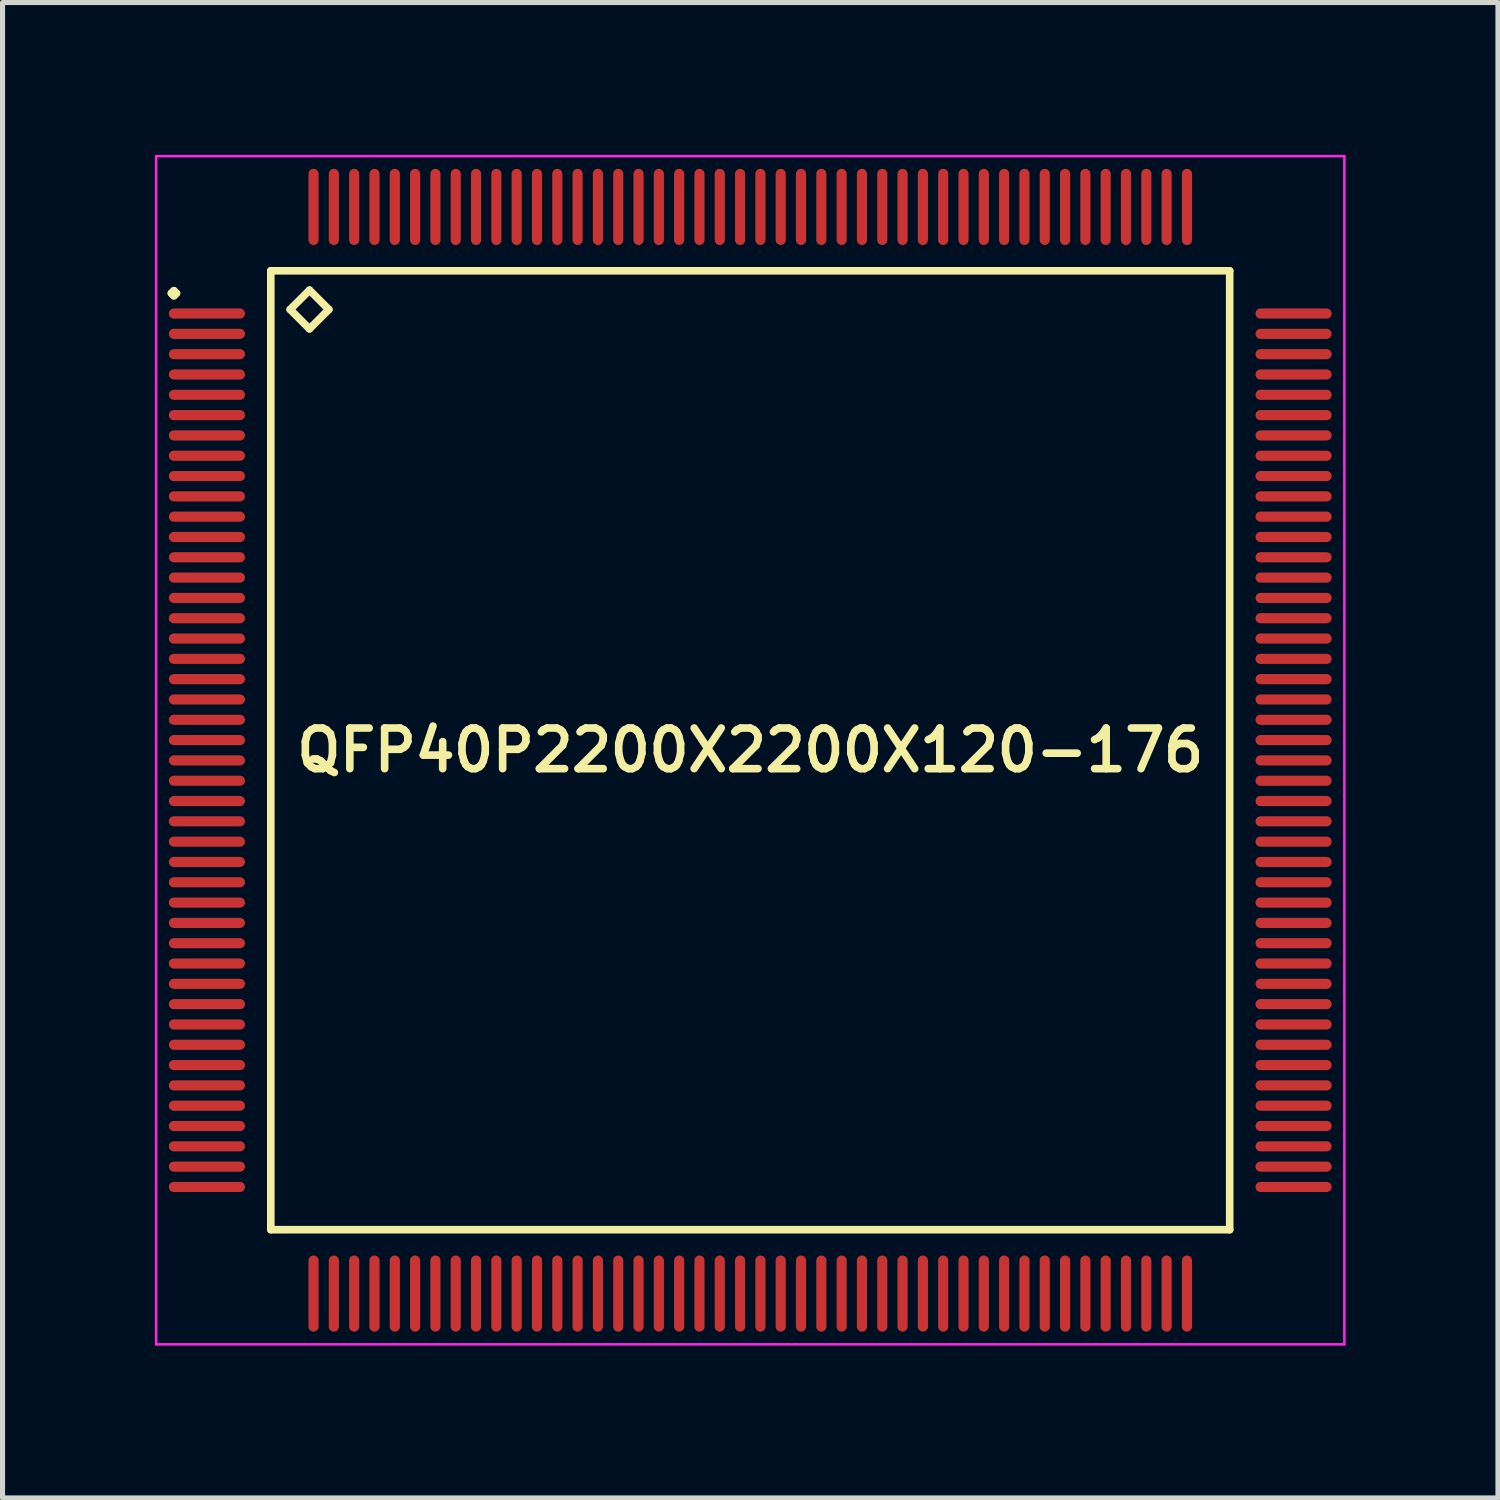
<source format=kicad_pcb>
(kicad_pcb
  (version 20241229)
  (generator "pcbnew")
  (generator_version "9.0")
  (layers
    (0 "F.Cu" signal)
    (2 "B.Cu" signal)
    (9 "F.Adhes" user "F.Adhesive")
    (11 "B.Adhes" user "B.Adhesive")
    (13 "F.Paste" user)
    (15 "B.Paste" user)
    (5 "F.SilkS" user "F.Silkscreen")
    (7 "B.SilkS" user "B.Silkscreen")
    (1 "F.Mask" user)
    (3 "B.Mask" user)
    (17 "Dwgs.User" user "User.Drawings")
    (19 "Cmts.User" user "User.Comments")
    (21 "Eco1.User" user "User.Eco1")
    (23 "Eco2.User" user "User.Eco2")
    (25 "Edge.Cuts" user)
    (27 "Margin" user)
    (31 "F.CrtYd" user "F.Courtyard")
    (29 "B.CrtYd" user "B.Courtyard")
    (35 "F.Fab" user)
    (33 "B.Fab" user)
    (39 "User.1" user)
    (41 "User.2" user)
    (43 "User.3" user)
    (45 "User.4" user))
  (footprint "QFP40P2200X2200X120-176"
    (layer "F.Cu")
    (at 11.725 11.725)
    (property "Reference" "QFP40P2200X2200X120-176" (at 0 0 0) (layer "F.SilkS") (effects (font (size 0.8 0.8) (thickness 0.15))))
    (attr smd)
    (fp_line (start -11.4 -9) (end -11.35 -9.05) (stroke (width 0.15) (type solid)) (layer "F.SilkS"))
    (fp_line (start -11.35 -9.05) (end -11.3 -9) (stroke (width 0.15) (type solid)) (layer "F.SilkS"))
    (fp_line (start -11.35 -8.95) (end -11.4 -9) (stroke (width 0.15) (type solid)) (layer "F.SilkS"))
    (fp_line (start -11.3 -9) (end -11.35 -8.95) (stroke (width 0.15) (type solid)) (layer "F.SilkS"))
    (fp_line (start -9.442 -9.442) (end -9.442 9.442) (stroke (width 0.15) (type solid)) (layer "F.SilkS"))
    (fp_line (start -9.442 9.442) (end 9.442 9.442) (stroke (width 0.15) (type solid)) (layer "F.SilkS"))
    (fp_line (start -9.061 -8.68) (end -8.68 -9.061) (stroke (width 0.15) (type solid)) (layer "F.SilkS"))
    (fp_line (start -8.68 -9.061) (end -8.299 -8.68) (stroke (width 0.15) (type solid)) (layer "F.SilkS"))
    (fp_line (start -8.68 -8.299) (end -9.061 -8.68) (stroke (width 0.15) (type solid)) (layer "F.SilkS"))
    (fp_line (start -8.299 -8.68) (end -8.68 -8.299) (stroke (width 0.15) (type solid)) (layer "F.SilkS"))
    (fp_line (start 9.442 -9.442) (end -9.442 -9.442) (stroke (width 0.15) (type solid)) (layer "F.SilkS"))
    (fp_line (start 9.442 9.442) (end 9.442 -9.442) (stroke (width 0.15) (type solid)) (layer "F.SilkS"))
    (fp_line (start -11.7 -11.7) (end 11.7 -11.7) (stroke (width 0.05) (type solid)) (layer "F.CrtYd"))
    (fp_line (start -11.7 11.7) (end -11.7 -11.7) (stroke (width 0.05) (type solid)) (layer "F.CrtYd"))
    (fp_line (start 11.7 -11.7) (end 11.7 11.7) (stroke (width 0.05) (type solid)) (layer "F.CrtYd"))
    (fp_line (start 11.7 11.7) (end -11.7 11.7) (stroke (width 0.05) (type solid)) (layer "F.CrtYd"))
    (pad "1" smd oval (at -10.7 -8.6) (size 1.5 0.2) (layers "F.Cu" "F.Mask" "F.Paste"))
    (pad "2" smd oval (at -10.7 -8.2) (size 1.5 0.2) (layers "F.Cu" "F.Mask" "F.Paste"))
    (pad "3" smd oval (at -10.7 -7.8) (size 1.5 0.2) (layers "F.Cu" "F.Mask" "F.Paste"))
    (pad "4" smd oval (at -10.7 -7.4) (size 1.5 0.2) (layers "F.Cu" "F.Mask" "F.Paste"))
    (pad "5" smd oval (at -10.7 -7) (size 1.5 0.2) (layers "F.Cu" "F.Mask" "F.Paste"))
    (pad "6" smd oval (at -10.7 -6.6) (size 1.5 0.2) (layers "F.Cu" "F.Mask" "F.Paste"))
    (pad "7" smd oval (at -10.7 -6.2) (size 1.5 0.2) (layers "F.Cu" "F.Mask" "F.Paste"))
    (pad "8" smd oval (at -10.7 -5.8) (size 1.5 0.2) (layers "F.Cu" "F.Mask" "F.Paste"))
    (pad "9" smd oval (at -10.7 -5.4) (size 1.5 0.2) (layers "F.Cu" "F.Mask" "F.Paste"))
    (pad "10" smd oval (at -10.7 -5) (size 1.5 0.2) (layers "F.Cu" "F.Mask" "F.Paste"))
    (pad "11" smd oval (at -10.7 -4.6) (size 1.5 0.2) (layers "F.Cu" "F.Mask" "F.Paste"))
    (pad "12" smd oval (at -10.7 -4.2) (size 1.5 0.2) (layers "F.Cu" "F.Mask" "F.Paste"))
    (pad "13" smd oval (at -10.7 -3.8) (size 1.5 0.2) (layers "F.Cu" "F.Mask" "F.Paste"))
    (pad "14" smd oval (at -10.7 -3.4) (size 1.5 0.2) (layers "F.Cu" "F.Mask" "F.Paste"))
    (pad "15" smd oval (at -10.7 -3) (size 1.5 0.2) (layers "F.Cu" "F.Mask" "F.Paste"))
    (pad "16" smd oval (at -10.7 -2.6) (size 1.5 0.2) (layers "F.Cu" "F.Mask" "F.Paste"))
    (pad "17" smd oval (at -10.7 -2.2) (size 1.5 0.2) (layers "F.Cu" "F.Mask" "F.Paste"))
    (pad "18" smd oval (at -10.7 -1.8) (size 1.5 0.2) (layers "F.Cu" "F.Mask" "F.Paste"))
    (pad "19" smd oval (at -10.7 -1.4) (size 1.5 0.2) (layers "F.Cu" "F.Mask" "F.Paste"))
    (pad "20" smd oval (at -10.7 -1) (size 1.5 0.2) (layers "F.Cu" "F.Mask" "F.Paste"))
    (pad "21" smd oval (at -10.7 -0.6) (size 1.5 0.2) (layers "F.Cu" "F.Mask" "F.Paste"))
    (pad "22" smd oval (at -10.7 -0.2) (size 1.5 0.2) (layers "F.Cu" "F.Mask" "F.Paste"))
    (pad "23" smd oval (at -10.7 0.2) (size 1.5 0.2) (layers "F.Cu" "F.Mask" "F.Paste"))
    (pad "24" smd oval (at -10.7 0.6) (size 1.5 0.2) (layers "F.Cu" "F.Mask" "F.Paste"))
    (pad "25" smd oval (at -10.7 1) (size 1.5 0.2) (layers "F.Cu" "F.Mask" "F.Paste"))
    (pad "26" smd oval (at -10.7 1.4) (size 1.5 0.2) (layers "F.Cu" "F.Mask" "F.Paste"))
    (pad "27" smd oval (at -10.7 1.8) (size 1.5 0.2) (layers "F.Cu" "F.Mask" "F.Paste"))
    (pad "28" smd oval (at -10.7 2.2) (size 1.5 0.2) (layers "F.Cu" "F.Mask" "F.Paste"))
    (pad "29" smd oval (at -10.7 2.6) (size 1.5 0.2) (layers "F.Cu" "F.Mask" "F.Paste"))
    (pad "30" smd oval (at -10.7 3) (size 1.5 0.2) (layers "F.Cu" "F.Mask" "F.Paste"))
    (pad "31" smd oval (at -10.7 3.4) (size 1.5 0.2) (layers "F.Cu" "F.Mask" "F.Paste"))
    (pad "32" smd oval (at -10.7 3.8) (size 1.5 0.2) (layers "F.Cu" "F.Mask" "F.Paste"))
    (pad "33" smd oval (at -10.7 4.2) (size 1.5 0.2) (layers "F.Cu" "F.Mask" "F.Paste"))
    (pad "34" smd oval (at -10.7 4.6) (size 1.5 0.2) (layers "F.Cu" "F.Mask" "F.Paste"))
    (pad "35" smd oval (at -10.7 5) (size 1.5 0.2) (layers "F.Cu" "F.Mask" "F.Paste"))
    (pad "36" smd oval (at -10.7 5.4) (size 1.5 0.2) (layers "F.Cu" "F.Mask" "F.Paste"))
    (pad "37" smd oval (at -10.7 5.8) (size 1.5 0.2) (layers "F.Cu" "F.Mask" "F.Paste"))
    (pad "38" smd oval (at -10.7 6.2) (size 1.5 0.2) (layers "F.Cu" "F.Mask" "F.Paste"))
    (pad "39" smd oval (at -10.7 6.6) (size 1.5 0.2) (layers "F.Cu" "F.Mask" "F.Paste"))
    (pad "40" smd oval (at -10.7 7) (size 1.5 0.2) (layers "F.Cu" "F.Mask" "F.Paste"))
    (pad "41" smd oval (at -10.7 7.4) (size 1.5 0.2) (layers "F.Cu" "F.Mask" "F.Paste"))
    (pad "42" smd oval (at -10.7 7.8) (size 1.5 0.2) (layers "F.Cu" "F.Mask" "F.Paste"))
    (pad "43" smd oval (at -10.7 8.2) (size 1.5 0.2) (layers "F.Cu" "F.Mask" "F.Paste"))
    (pad "44" smd oval (at -10.7 8.6) (size 1.5 0.2) (layers "F.Cu" "F.Mask" "F.Paste"))
    (pad "45" smd oval (at -8.6 10.7) (size 0.2 1.5) (layers "F.Cu" "F.Mask" "F.Paste"))
    (pad "46" smd oval (at -8.2 10.7) (size 0.2 1.5) (layers "F.Cu" "F.Mask" "F.Paste"))
    (pad "47" smd oval (at -7.8 10.7) (size 0.2 1.5) (layers "F.Cu" "F.Mask" "F.Paste"))
    (pad "48" smd oval (at -7.4 10.7) (size 0.2 1.5) (layers "F.Cu" "F.Mask" "F.Paste"))
    (pad "49" smd oval (at -7 10.7) (size 0.2 1.5) (layers "F.Cu" "F.Mask" "F.Paste"))
    (pad "50" smd oval (at -6.6 10.7) (size 0.2 1.5) (layers "F.Cu" "F.Mask" "F.Paste"))
    (pad "51" smd oval (at -6.2 10.7) (size 0.2 1.5) (layers "F.Cu" "F.Mask" "F.Paste"))
    (pad "52" smd oval (at -5.8 10.7) (size 0.2 1.5) (layers "F.Cu" "F.Mask" "F.Paste"))
    (pad "53" smd oval (at -5.4 10.7) (size 0.2 1.5) (layers "F.Cu" "F.Mask" "F.Paste"))
    (pad "54" smd oval (at -5 10.7) (size 0.2 1.5) (layers "F.Cu" "F.Mask" "F.Paste"))
    (pad "55" smd oval (at -4.6 10.7) (size 0.2 1.5) (layers "F.Cu" "F.Mask" "F.Paste"))
    (pad "56" smd oval (at -4.2 10.7) (size 0.2 1.5) (layers "F.Cu" "F.Mask" "F.Paste"))
    (pad "57" smd oval (at -3.8 10.7) (size 0.2 1.5) (layers "F.Cu" "F.Mask" "F.Paste"))
    (pad "58" smd oval (at -3.4 10.7) (size 0.2 1.5) (layers "F.Cu" "F.Mask" "F.Paste"))
    (pad "59" smd oval (at -3 10.7) (size 0.2 1.5) (layers "F.Cu" "F.Mask" "F.Paste"))
    (pad "60" smd oval (at -2.6 10.7) (size 0.2 1.5) (layers "F.Cu" "F.Mask" "F.Paste"))
    (pad "61" smd oval (at -2.2 10.7) (size 0.2 1.5) (layers "F.Cu" "F.Mask" "F.Paste"))
    (pad "62" smd oval (at -1.8 10.7) (size 0.2 1.5) (layers "F.Cu" "F.Mask" "F.Paste"))
    (pad "63" smd oval (at -1.4 10.7) (size 0.2 1.5) (layers "F.Cu" "F.Mask" "F.Paste"))
    (pad "64" smd oval (at -1 10.7) (size 0.2 1.5) (layers "F.Cu" "F.Mask" "F.Paste"))
    (pad "65" smd oval (at -0.6 10.7) (size 0.2 1.5) (layers "F.Cu" "F.Mask" "F.Paste"))
    (pad "66" smd oval (at -0.2 10.7) (size 0.2 1.5) (layers "F.Cu" "F.Mask" "F.Paste"))
    (pad "67" smd oval (at 0.2 10.7) (size 0.2 1.5) (layers "F.Cu" "F.Mask" "F.Paste"))
    (pad "68" smd oval (at 0.6 10.7) (size 0.2 1.5) (layers "F.Cu" "F.Mask" "F.Paste"))
    (pad "69" smd oval (at 1 10.7) (size 0.2 1.5) (layers "F.Cu" "F.Mask" "F.Paste"))
    (pad "70" smd oval (at 1.4 10.7) (size 0.2 1.5) (layers "F.Cu" "F.Mask" "F.Paste"))
    (pad "71" smd oval (at 1.8 10.7) (size 0.2 1.5) (layers "F.Cu" "F.Mask" "F.Paste"))
    (pad "72" smd oval (at 2.2 10.7) (size 0.2 1.5) (layers "F.Cu" "F.Mask" "F.Paste"))
    (pad "73" smd oval (at 2.6 10.7) (size 0.2 1.5) (layers "F.Cu" "F.Mask" "F.Paste"))
    (pad "74" smd oval (at 3 10.7) (size 0.2 1.5) (layers "F.Cu" "F.Mask" "F.Paste"))
    (pad "75" smd oval (at 3.4 10.7) (size 0.2 1.5) (layers "F.Cu" "F.Mask" "F.Paste"))
    (pad "76" smd oval (at 3.8 10.7) (size 0.2 1.5) (layers "F.Cu" "F.Mask" "F.Paste"))
    (pad "77" smd oval (at 4.2 10.7) (size 0.2 1.5) (layers "F.Cu" "F.Mask" "F.Paste"))
    (pad "78" smd oval (at 4.6 10.7) (size 0.2 1.5) (layers "F.Cu" "F.Mask" "F.Paste"))
    (pad "79" smd oval (at 5 10.7) (size 0.2 1.5) (layers "F.Cu" "F.Mask" "F.Paste"))
    (pad "80" smd oval (at 5.4 10.7) (size 0.2 1.5) (layers "F.Cu" "F.Mask" "F.Paste"))
    (pad "81" smd oval (at 5.8 10.7) (size 0.2 1.5) (layers "F.Cu" "F.Mask" "F.Paste"))
    (pad "82" smd oval (at 6.2 10.7) (size 0.2 1.5) (layers "F.Cu" "F.Mask" "F.Paste"))
    (pad "83" smd oval (at 6.6 10.7) (size 0.2 1.5) (layers "F.Cu" "F.Mask" "F.Paste"))
    (pad "84" smd oval (at 7 10.7) (size 0.2 1.5) (layers "F.Cu" "F.Mask" "F.Paste"))
    (pad "85" smd oval (at 7.4 10.7) (size 0.2 1.5) (layers "F.Cu" "F.Mask" "F.Paste"))
    (pad "86" smd oval (at 7.8 10.7) (size 0.2 1.5) (layers "F.Cu" "F.Mask" "F.Paste"))
    (pad "87" smd oval (at 8.2 10.7) (size 0.2 1.5) (layers "F.Cu" "F.Mask" "F.Paste"))
    (pad "88" smd oval (at 8.6 10.7) (size 0.2 1.5) (layers "F.Cu" "F.Mask" "F.Paste"))
    (pad "89" smd oval (at 10.7 8.6) (size 1.5 0.2) (layers "F.Cu" "F.Mask" "F.Paste"))
    (pad "90" smd oval (at 10.7 8.2) (size 1.5 0.2) (layers "F.Cu" "F.Mask" "F.Paste"))
    (pad "91" smd oval (at 10.7 7.8) (size 1.5 0.2) (layers "F.Cu" "F.Mask" "F.Paste"))
    (pad "92" smd oval (at 10.7 7.4) (size 1.5 0.2) (layers "F.Cu" "F.Mask" "F.Paste"))
    (pad "93" smd oval (at 10.7 7) (size 1.5 0.2) (layers "F.Cu" "F.Mask" "F.Paste"))
    (pad "94" smd oval (at 10.7 6.6) (size 1.5 0.2) (layers "F.Cu" "F.Mask" "F.Paste"))
    (pad "95" smd oval (at 10.7 6.2) (size 1.5 0.2) (layers "F.Cu" "F.Mask" "F.Paste"))
    (pad "96" smd oval (at 10.7 5.8) (size 1.5 0.2) (layers "F.Cu" "F.Mask" "F.Paste"))
    (pad "97" smd oval (at 10.7 5.4) (size 1.5 0.2) (layers "F.Cu" "F.Mask" "F.Paste"))
    (pad "98" smd oval (at 10.7 5) (size 1.5 0.2) (layers "F.Cu" "F.Mask" "F.Paste"))
    (pad "99" smd oval (at 10.7 4.6) (size 1.5 0.2) (layers "F.Cu" "F.Mask" "F.Paste"))
    (pad "100" smd oval (at 10.7 4.2) (size 1.5 0.2) (layers "F.Cu" "F.Mask" "F.Paste"))
    (pad "101" smd oval (at 10.7 3.8) (size 1.5 0.2) (layers "F.Cu" "F.Mask" "F.Paste"))
    (pad "102" smd oval (at 10.7 3.4) (size 1.5 0.2) (layers "F.Cu" "F.Mask" "F.Paste"))
    (pad "103" smd oval (at 10.7 3) (size 1.5 0.2) (layers "F.Cu" "F.Mask" "F.Paste"))
    (pad "104" smd oval (at 10.7 2.6) (size 1.5 0.2) (layers "F.Cu" "F.Mask" "F.Paste"))
    (pad "105" smd oval (at 10.7 2.2) (size 1.5 0.2) (layers "F.Cu" "F.Mask" "F.Paste"))
    (pad "106" smd oval (at 10.7 1.8) (size 1.5 0.2) (layers "F.Cu" "F.Mask" "F.Paste"))
    (pad "107" smd oval (at 10.7 1.4) (size 1.5 0.2) (layers "F.Cu" "F.Mask" "F.Paste"))
    (pad "108" smd oval (at 10.7 1) (size 1.5 0.2) (layers "F.Cu" "F.Mask" "F.Paste"))
    (pad "109" smd oval (at 10.7 0.6) (size 1.5 0.2) (layers "F.Cu" "F.Mask" "F.Paste"))
    (pad "110" smd oval (at 10.7 0.2) (size 1.5 0.2) (layers "F.Cu" "F.Mask" "F.Paste"))
    (pad "111" smd oval (at 10.7 -0.2) (size 1.5 0.2) (layers "F.Cu" "F.Mask" "F.Paste"))
    (pad "112" smd oval (at 10.7 -0.6) (size 1.5 0.2) (layers "F.Cu" "F.Mask" "F.Paste"))
    (pad "113" smd oval (at 10.7 -1) (size 1.5 0.2) (layers "F.Cu" "F.Mask" "F.Paste"))
    (pad "114" smd oval (at 10.7 -1.4) (size 1.5 0.2) (layers "F.Cu" "F.Mask" "F.Paste"))
    (pad "115" smd oval (at 10.7 -1.8) (size 1.5 0.2) (layers "F.Cu" "F.Mask" "F.Paste"))
    (pad "116" smd oval (at 10.7 -2.2) (size 1.5 0.2) (layers "F.Cu" "F.Mask" "F.Paste"))
    (pad "117" smd oval (at 10.7 -2.6) (size 1.5 0.2) (layers "F.Cu" "F.Mask" "F.Paste"))
    (pad "118" smd oval (at 10.7 -3) (size 1.5 0.2) (layers "F.Cu" "F.Mask" "F.Paste"))
    (pad "119" smd oval (at 10.7 -3.4) (size 1.5 0.2) (layers "F.Cu" "F.Mask" "F.Paste"))
    (pad "120" smd oval (at 10.7 -3.8) (size 1.5 0.2) (layers "F.Cu" "F.Mask" "F.Paste"))
    (pad "121" smd oval (at 10.7 -4.2) (size 1.5 0.2) (layers "F.Cu" "F.Mask" "F.Paste"))
    (pad "122" smd oval (at 10.7 -4.6) (size 1.5 0.2) (layers "F.Cu" "F.Mask" "F.Paste"))
    (pad "123" smd oval (at 10.7 -5) (size 1.5 0.2) (layers "F.Cu" "F.Mask" "F.Paste"))
    (pad "124" smd oval (at 10.7 -5.4) (size 1.5 0.2) (layers "F.Cu" "F.Mask" "F.Paste"))
    (pad "125" smd oval (at 10.7 -5.8) (size 1.5 0.2) (layers "F.Cu" "F.Mask" "F.Paste"))
    (pad "126" smd oval (at 10.7 -6.2) (size 1.5 0.2) (layers "F.Cu" "F.Mask" "F.Paste"))
    (pad "127" smd oval (at 10.7 -6.6) (size 1.5 0.2) (layers "F.Cu" "F.Mask" "F.Paste"))
    (pad "128" smd oval (at 10.7 -7) (size 1.5 0.2) (layers "F.Cu" "F.Mask" "F.Paste"))
    (pad "129" smd oval (at 10.7 -7.4) (size 1.5 0.2) (layers "F.Cu" "F.Mask" "F.Paste"))
    (pad "130" smd oval (at 10.7 -7.8) (size 1.5 0.2) (layers "F.Cu" "F.Mask" "F.Paste"))
    (pad "131" smd oval (at 10.7 -8.2) (size 1.5 0.2) (layers "F.Cu" "F.Mask" "F.Paste"))
    (pad "132" smd oval (at 10.7 -8.6) (size 1.5 0.2) (layers "F.Cu" "F.Mask" "F.Paste"))
    (pad "133" smd oval (at 8.6 -10.7) (size 0.2 1.5) (layers "F.Cu" "F.Mask" "F.Paste"))
    (pad "134" smd oval (at 8.2 -10.7) (size 0.2 1.5) (layers "F.Cu" "F.Mask" "F.Paste"))
    (pad "135" smd oval (at 7.8 -10.7) (size 0.2 1.5) (layers "F.Cu" "F.Mask" "F.Paste"))
    (pad "136" smd oval (at 7.4 -10.7) (size 0.2 1.5) (layers "F.Cu" "F.Mask" "F.Paste"))
    (pad "137" smd oval (at 7 -10.7) (size 0.2 1.5) (layers "F.Cu" "F.Mask" "F.Paste"))
    (pad "138" smd oval (at 6.6 -10.7) (size 0.2 1.5) (layers "F.Cu" "F.Mask" "F.Paste"))
    (pad "139" smd oval (at 6.2 -10.7) (size 0.2 1.5) (layers "F.Cu" "F.Mask" "F.Paste"))
    (pad "140" smd oval (at 5.8 -10.7) (size 0.2 1.5) (layers "F.Cu" "F.Mask" "F.Paste"))
    (pad "141" smd oval (at 5.4 -10.7) (size 0.2 1.5) (layers "F.Cu" "F.Mask" "F.Paste"))
    (pad "142" smd oval (at 5 -10.7) (size 0.2 1.5) (layers "F.Cu" "F.Mask" "F.Paste"))
    (pad "143" smd oval (at 4.6 -10.7) (size 0.2 1.5) (layers "F.Cu" "F.Mask" "F.Paste"))
    (pad "144" smd oval (at 4.2 -10.7) (size 0.2 1.5) (layers "F.Cu" "F.Mask" "F.Paste"))
    (pad "145" smd oval (at 3.8 -10.7) (size 0.2 1.5) (layers "F.Cu" "F.Mask" "F.Paste"))
    (pad "146" smd oval (at 3.4 -10.7) (size 0.2 1.5) (layers "F.Cu" "F.Mask" "F.Paste"))
    (pad "147" smd oval (at 3 -10.7) (size 0.2 1.5) (layers "F.Cu" "F.Mask" "F.Paste"))
    (pad "148" smd oval (at 2.6 -10.7) (size 0.2 1.5) (layers "F.Cu" "F.Mask" "F.Paste"))
    (pad "149" smd oval (at 2.2 -10.7) (size 0.2 1.5) (layers "F.Cu" "F.Mask" "F.Paste"))
    (pad "150" smd oval (at 1.8 -10.7) (size 0.2 1.5) (layers "F.Cu" "F.Mask" "F.Paste"))
    (pad "151" smd oval (at 1.4 -10.7) (size 0.2 1.5) (layers "F.Cu" "F.Mask" "F.Paste"))
    (pad "152" smd oval (at 1 -10.7) (size 0.2 1.5) (layers "F.Cu" "F.Mask" "F.Paste"))
    (pad "153" smd oval (at 0.6 -10.7) (size 0.2 1.5) (layers "F.Cu" "F.Mask" "F.Paste"))
    (pad "154" smd oval (at 0.2 -10.7) (size 0.2 1.5) (layers "F.Cu" "F.Mask" "F.Paste"))
    (pad "155" smd oval (at -0.2 -10.7) (size 0.2 1.5) (layers "F.Cu" "F.Mask" "F.Paste"))
    (pad "156" smd oval (at -0.6 -10.7) (size 0.2 1.5) (layers "F.Cu" "F.Mask" "F.Paste"))
    (pad "157" smd oval (at -1 -10.7) (size 0.2 1.5) (layers "F.Cu" "F.Mask" "F.Paste"))
    (pad "158" smd oval (at -1.4 -10.7) (size 0.2 1.5) (layers "F.Cu" "F.Mask" "F.Paste"))
    (pad "159" smd oval (at -1.8 -10.7) (size 0.2 1.5) (layers "F.Cu" "F.Mask" "F.Paste"))
    (pad "160" smd oval (at -2.2 -10.7) (size 0.2 1.5) (layers "F.Cu" "F.Mask" "F.Paste"))
    (pad "161" smd oval (at -2.6 -10.7) (size 0.2 1.5) (layers "F.Cu" "F.Mask" "F.Paste"))
    (pad "162" smd oval (at -3 -10.7) (size 0.2 1.5) (layers "F.Cu" "F.Mask" "F.Paste"))
    (pad "163" smd oval (at -3.4 -10.7) (size 0.2 1.5) (layers "F.Cu" "F.Mask" "F.Paste"))
    (pad "164" smd oval (at -3.8 -10.7) (size 0.2 1.5) (layers "F.Cu" "F.Mask" "F.Paste"))
    (pad "165" smd oval (at -4.2 -10.7) (size 0.2 1.5) (layers "F.Cu" "F.Mask" "F.Paste"))
    (pad "166" smd oval (at -4.6 -10.7) (size 0.2 1.5) (layers "F.Cu" "F.Mask" "F.Paste"))
    (pad "167" smd oval (at -5 -10.7) (size 0.2 1.5) (layers "F.Cu" "F.Mask" "F.Paste"))
    (pad "168" smd oval (at -5.4 -10.7) (size 0.2 1.5) (layers "F.Cu" "F.Mask" "F.Paste"))
    (pad "169" smd oval (at -5.8 -10.7) (size 0.2 1.5) (layers "F.Cu" "F.Mask" "F.Paste"))
    (pad "170" smd oval (at -6.2 -10.7) (size 0.2 1.5) (layers "F.Cu" "F.Mask" "F.Paste"))
    (pad "171" smd oval (at -6.6 -10.7) (size 0.2 1.5) (layers "F.Cu" "F.Mask" "F.Paste"))
    (pad "172" smd oval (at -7 -10.7) (size 0.2 1.5) (layers "F.Cu" "F.Mask" "F.Paste"))
    (pad "173" smd oval (at -7.4 -10.7) (size 0.2 1.5) (layers "F.Cu" "F.Mask" "F.Paste"))
    (pad "174" smd oval (at -7.8 -10.7) (size 0.2 1.5) (layers "F.Cu" "F.Mask" "F.Paste"))
    (pad "175" smd oval (at -8.2 -10.7) (size 0.2 1.5) (layers "F.Cu" "F.Mask" "F.Paste"))
    (pad "176" smd oval (at -8.6 -10.7) (size 0.2 1.5) (layers "F.Cu" "F.Mask" "F.Paste")))
  (gr_rect
    (start -3 -3)
    (end 26.45 26.45)
    (stroke (width 0.1) (type default))
    (fill no)
    (layer "Edge.Cuts")))
</source>
